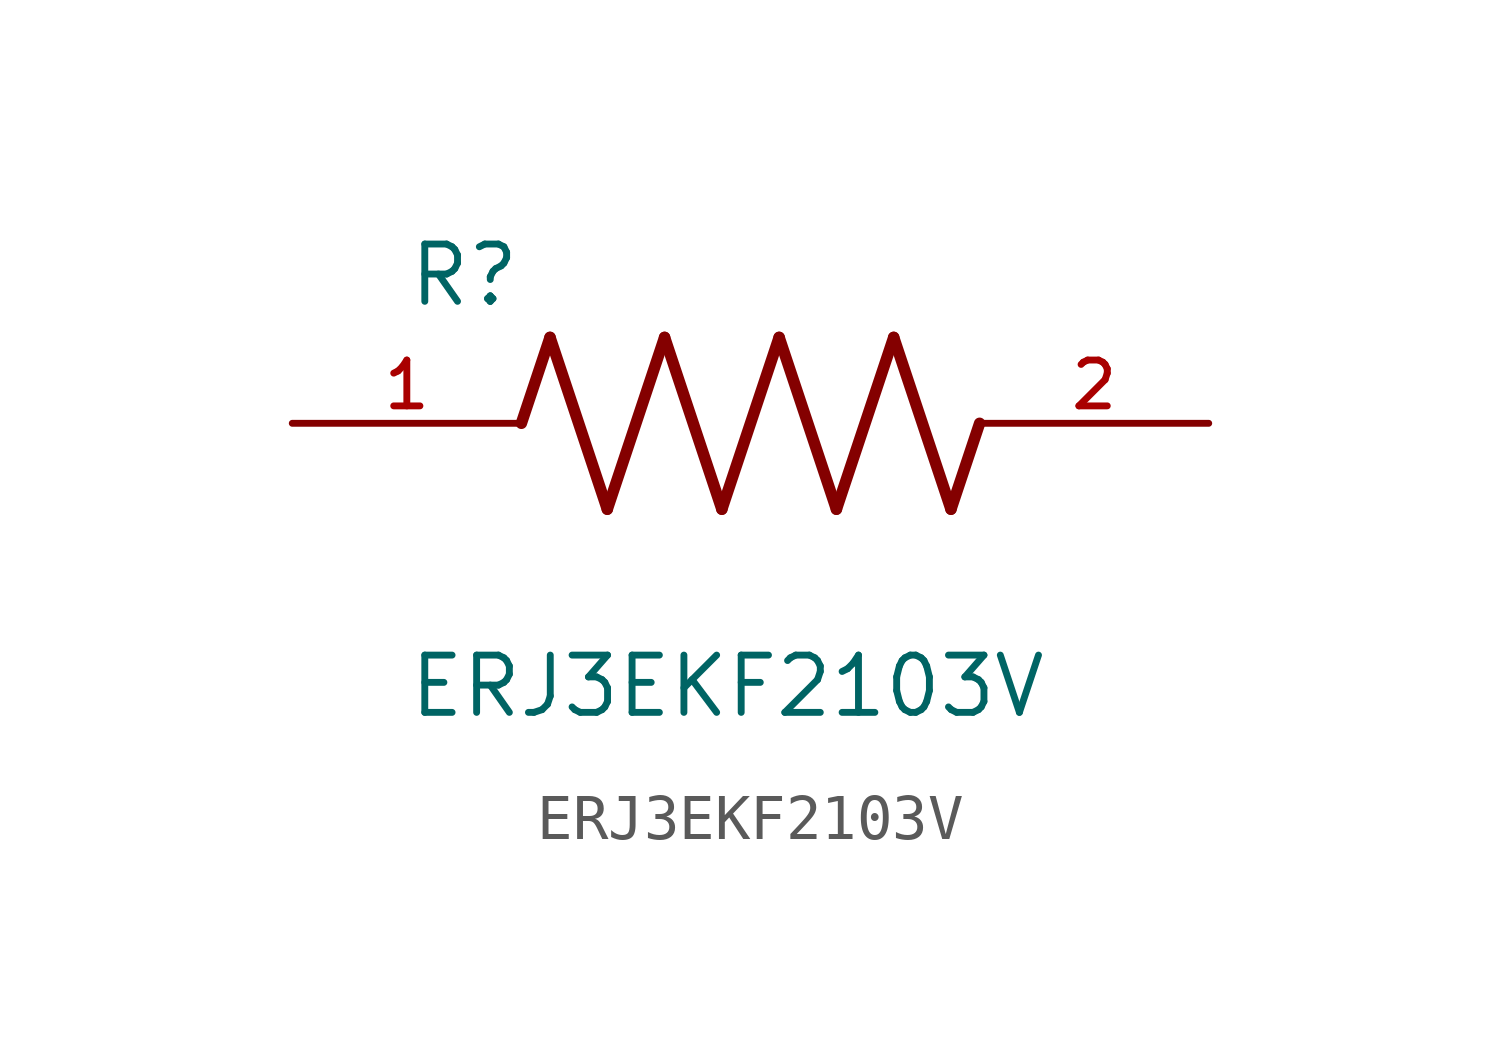
<source format=kicad_sym>
(kicad_symbol_lib
  (version 20211014)
  (generator kicad_symbol_editor)
  (symbol "ERJ3EKF2103V"
    (pin_names
      (offset 1.016))
    (property "Reference" "R"
      (at -7.624 2.541 0)
      (effects (font (size 1.27 1.27)) (justify bottom left)))
    (property "Value" "ERJ3EKF2103V"
      (at -7.624 -5.087 0)
      (effects (font (size 1.27 1.27)) (justify top left)))
    (symbol "ERJ3EKF2103V_0_0"
      (polyline (pts (xy -5.08 0.0) (xy -4.445 1.905)) (stroke (width 0.254)))
      (polyline (pts (xy -4.445 1.905) (xy -3.175 -1.905)) (stroke (width 0.254)))
      (polyline (pts (xy -3.175 -1.905) (xy -1.905 1.905)) (stroke (width 0.254)))
      (polyline (pts (xy -1.905 1.905) (xy -0.635 -1.905)) (stroke (width 0.254)))
      (polyline (pts (xy -0.635 -1.905) (xy 0.635 1.905)) (stroke (width 0.254)))
      (polyline (pts (xy 0.635 1.905) (xy 1.905 -1.905)) (stroke (width 0.254)))
      (polyline (pts (xy 1.905 -1.905) (xy 3.175 1.905)) (stroke (width 0.254)))
      (polyline (pts (xy 3.175 1.905) (xy 4.445 -1.905)) (stroke (width 0.254)))
      (polyline (pts (xy 4.445 -1.905) (xy 5.08 0.0)) (stroke (width 0.254)))
      (pin passive line (at -10.16 0.0 0) (length 5.08) (name "~" (effects (font (size 1.016 1.016)))) (number "1" (effects (font (size 1.016 1.016)))))
      (pin passive line (at 10.16 0.0 180.0) (length 5.08) (name "~" (effects (font (size 1.016 1.016)))) (number "2" (effects (font (size 1.016 1.016))))))))
</source>
